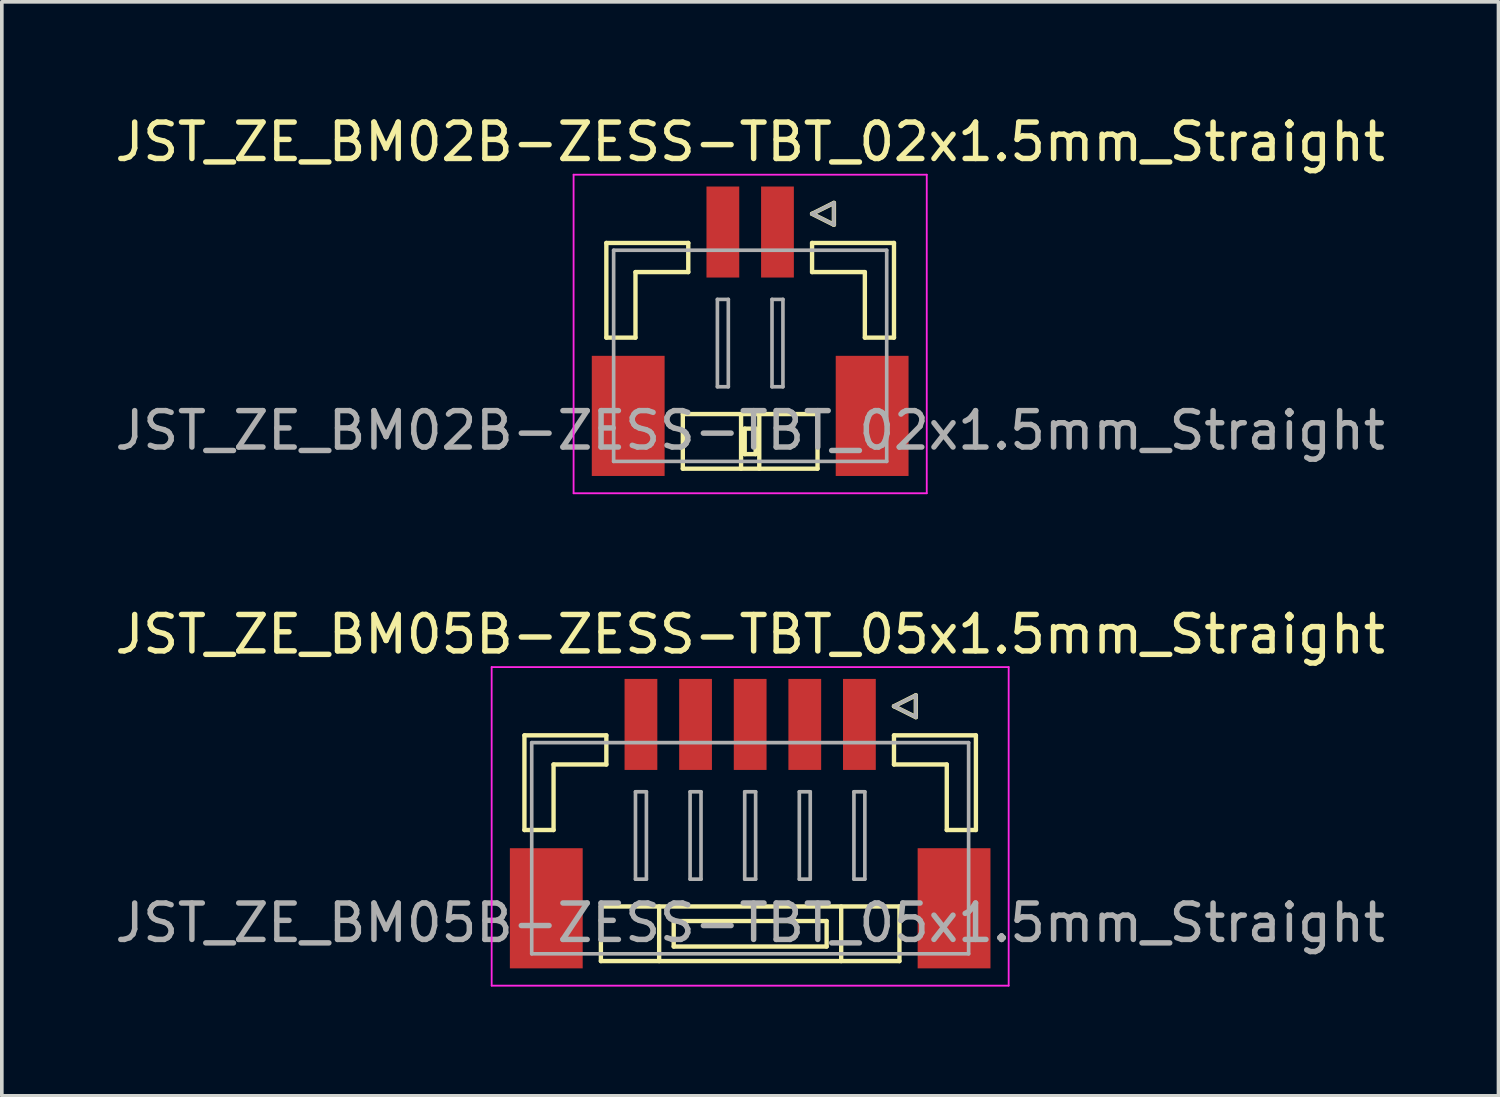
<source format=kicad_pcb>
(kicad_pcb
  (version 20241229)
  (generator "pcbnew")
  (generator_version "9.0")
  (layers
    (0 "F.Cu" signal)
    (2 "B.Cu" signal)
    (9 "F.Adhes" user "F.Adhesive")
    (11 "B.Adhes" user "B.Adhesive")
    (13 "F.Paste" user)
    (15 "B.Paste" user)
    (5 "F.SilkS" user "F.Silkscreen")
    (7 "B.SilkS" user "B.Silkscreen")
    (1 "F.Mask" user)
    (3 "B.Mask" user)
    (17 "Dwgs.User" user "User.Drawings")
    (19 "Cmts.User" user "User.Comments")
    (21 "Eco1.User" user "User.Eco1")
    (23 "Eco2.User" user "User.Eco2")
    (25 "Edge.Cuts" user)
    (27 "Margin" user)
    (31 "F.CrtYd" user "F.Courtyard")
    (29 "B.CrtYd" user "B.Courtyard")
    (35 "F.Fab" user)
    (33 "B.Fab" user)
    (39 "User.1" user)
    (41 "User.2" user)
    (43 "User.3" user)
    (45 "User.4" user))
  (footprint "JST_ZE_BM02B-ZESS-TBT_02x1.5mm_Straight"
    (layer "F.Cu")
    (at 17.554 5.848)
    (property "Reference" "JST_ZE_BM02B-ZESS-TBT_02x1.5mm_Straight" (at 0 -5 0) (layer "F.SilkS") (effects (font (size 1 1) (thickness 0.15))))
    (attr smd)
    (fp_line (start -3.95 -2.225) (end -3.95 0.375) (stroke (width 0.12) (type solid)) (layer "F.SilkS"))
    (fp_line (start -3.95 0.375) (end -3.15 0.375) (stroke (width 0.12) (type solid)) (layer "F.SilkS"))
    (fp_line (start -3.15 -1.425) (end -1.7 -1.425) (stroke (width 0.12) (type solid)) (layer "F.SilkS"))
    (fp_line (start -3.15 0.375) (end -3.15 -1.425) (stroke (width 0.12) (type solid)) (layer "F.SilkS"))
    (fp_line (start -1.85 2.475) (end -1.85 3.975) (stroke (width 0.12) (type solid)) (layer "F.SilkS"))
    (fp_line (start -1.85 3.975) (end 1.85 3.975) (stroke (width 0.12) (type solid)) (layer "F.SilkS"))
    (fp_line (start -1.7 -2.225) (end -3.95 -2.225) (stroke (width 0.12) (type solid)) (layer "F.SilkS"))
    (fp_line (start -1.7 -1.425) (end -1.7 -2.225) (stroke (width 0.12) (type solid)) (layer "F.SilkS"))
    (fp_line (start -0.25 2.475) (end -0.25 3.975) (stroke (width 0.12) (type solid)) (layer "F.SilkS"))
    (fp_line (start -0.15 2.875) (end 0.15 2.875) (stroke (width 0.12) (type solid)) (layer "F.SilkS"))
    (fp_line (start -0.15 3.575) (end -0.15 2.875) (stroke (width 0.12) (type solid)) (layer "F.SilkS"))
    (fp_line (start 0.15 2.875) (end 0.15 3.575) (stroke (width 0.12) (type solid)) (layer "F.SilkS"))
    (fp_line (start 0.15 3.575) (end -0.15 3.575) (stroke (width 0.12) (type solid)) (layer "F.SilkS"))
    (fp_line (start 0.25 2.475) (end 0.25 3.975) (stroke (width 0.12) (type solid)) (layer "F.SilkS"))
    (fp_line (start 1.7 -3.025) (end 2.3 -3.325) (stroke (width 0.12) (type solid)) (layer "F.SilkS"))
    (fp_line (start 1.7 -2.225) (end 3.95 -2.225) (stroke (width 0.12) (type solid)) (layer "F.SilkS"))
    (fp_line (start 1.7 -1.425) (end 1.7 -2.225) (stroke (width 0.12) (type solid)) (layer "F.SilkS"))
    (fp_line (start 1.85 2.475) (end -1.85 2.475) (stroke (width 0.12) (type solid)) (layer "F.SilkS"))
    (fp_line (start 1.85 3.975) (end 1.85 2.475) (stroke (width 0.12) (type solid)) (layer "F.SilkS"))
    (fp_line (start 2.3 -3.325) (end 2.3 -2.725) (stroke (width 0.12) (type solid)) (layer "F.SilkS"))
    (fp_line (start 2.3 -2.725) (end 1.7 -3.025) (stroke (width 0.12) (type solid)) (layer "F.SilkS"))
    (fp_line (start 3.15 -1.425) (end 1.7 -1.425) (stroke (width 0.12) (type solid)) (layer "F.SilkS"))
    (fp_line (start 3.15 0.375) (end 3.15 -1.425) (stroke (width 0.12) (type solid)) (layer "F.SilkS"))
    (fp_line (start 3.95 -2.225) (end 3.95 0.375) (stroke (width 0.12) (type solid)) (layer "F.SilkS"))
    (fp_line (start 3.95 0.375) (end 3.15 0.375) (stroke (width 0.12) (type solid)) (layer "F.SilkS"))
    (fp_line (start -4.85 -4.1) (end -4.85 4.65) (stroke (width 0.05) (type solid)) (layer "F.CrtYd"))
    (fp_line (start -4.85 4.65) (end 4.85 4.65) (stroke (width 0.05) (type solid)) (layer "F.CrtYd"))
    (fp_line (start 4.85 -4.1) (end -4.85 -4.1) (stroke (width 0.05) (type solid)) (layer "F.CrtYd"))
    (fp_line (start 4.85 4.65) (end 4.85 -4.1) (stroke (width 0.05) (type solid)) (layer "F.CrtYd"))
    (fp_line (start -3.75 -2.025) (end -3.75 3.775) (stroke (width 0.1) (type solid)) (layer "F.Fab"))
    (fp_line (start -3.75 3.775) (end 3.75 3.775) (stroke (width 0.1) (type solid)) (layer "F.Fab"))
    (fp_line (start -0.9 -0.675) (end -0.9 1.725) (stroke (width 0.1) (type solid)) (layer "F.Fab"))
    (fp_line (start -0.9 1.725) (end -0.6 1.725) (stroke (width 0.1) (type solid)) (layer "F.Fab"))
    (fp_line (start -0.6 -0.675) (end -0.9 -0.675) (stroke (width 0.1) (type solid)) (layer "F.Fab"))
    (fp_line (start -0.6 1.725) (end -0.6 -0.675) (stroke (width 0.1) (type solid)) (layer "F.Fab"))
    (fp_line (start 0.6 -0.675) (end 0.6 1.725) (stroke (width 0.1) (type solid)) (layer "F.Fab"))
    (fp_line (start 0.6 1.725) (end 0.9 1.725) (stroke (width 0.1) (type solid)) (layer "F.Fab"))
    (fp_line (start 0.9 -0.675) (end 0.6 -0.675) (stroke (width 0.1) (type solid)) (layer "F.Fab"))
    (fp_line (start 0.9 1.725) (end 0.9 -0.675) (stroke (width 0.1) (type solid)) (layer "F.Fab"))
    (fp_line (start 1.7 -3.025) (end 2.3 -3.325) (stroke (width 0.1) (type solid)) (layer "F.Fab"))
    (fp_line (start 2.3 -3.325) (end 2.3 -2.725) (stroke (width 0.1) (type solid)) (layer "F.Fab"))
    (fp_line (start 2.3 -2.725) (end 1.7 -3.025) (stroke (width 0.1) (type solid)) (layer "F.Fab"))
    (fp_line (start 3.75 -2.025) (end -3.75 -2.025) (stroke (width 0.1) (type solid)) (layer "F.Fab"))
    (fp_line (start 3.75 3.775) (end 3.75 -2.025) (stroke (width 0.1) (type solid)) (layer "F.Fab"))
    (fp_text user "${REFERENCE}" (at 0 2.925 0) (layer "F.Fab") (effects (font (size 1 1) (thickness 0.15))))
    (pad "" smd rect (at -3.35 2.525) (size 2 3.3) (layers "F.Cu" "F.Mask" "F.Paste"))
    (pad "" smd rect (at 3.35 2.525) (size 2 3.3) (layers "F.Cu" "F.Mask" "F.Paste"))
    (pad "1" smd rect (at 0.75 -2.525) (size 0.9 2.5) (layers "F.Cu" "F.Mask" "F.Paste"))
    (pad "2" smd rect (at -0.75 -2.525) (size 0.9 2.5) (layers "F.Cu" "F.Mask" "F.Paste")))
  (footprint "JST_ZE_BM05B-ZESS-TBT_05x1.5mm_Straight"
    (layer "F.Cu")
    (at 17.554 19.372)
    (property "Reference" "JST_ZE_BM05B-ZESS-TBT_05x1.5mm_Straight" (at 0 -5 0) (layer "F.SilkS") (effects (font (size 1 1) (thickness 0.15))))
    (attr smd)
    (fp_line (start -6.2 -2.225) (end -6.2 0.375) (stroke (width 0.12) (type solid)) (layer "F.SilkS"))
    (fp_line (start -6.2 0.375) (end -5.4 0.375) (stroke (width 0.12) (type solid)) (layer "F.SilkS"))
    (fp_line (start -5.4 -1.425) (end -3.95 -1.425) (stroke (width 0.12) (type solid)) (layer "F.SilkS"))
    (fp_line (start -5.4 0.375) (end -5.4 -1.425) (stroke (width 0.12) (type solid)) (layer "F.SilkS"))
    (fp_line (start -4.1 2.475) (end -4.1 3.975) (stroke (width 0.12) (type solid)) (layer "F.SilkS"))
    (fp_line (start -4.1 3.975) (end 4.1 3.975) (stroke (width 0.12) (type solid)) (layer "F.SilkS"))
    (fp_line (start -3.95 -2.225) (end -6.2 -2.225) (stroke (width 0.12) (type solid)) (layer "F.SilkS"))
    (fp_line (start -3.95 -1.425) (end -3.95 -2.225) (stroke (width 0.12) (type solid)) (layer "F.SilkS"))
    (fp_line (start -2.5 2.475) (end -2.5 3.975) (stroke (width 0.12) (type solid)) (layer "F.SilkS"))
    (fp_line (start -2.1 2.875) (end -2.1 3.575) (stroke (width 0.12) (type solid)) (layer "F.SilkS"))
    (fp_line (start -2.1 3.575) (end 2.1 3.575) (stroke (width 0.12) (type solid)) (layer "F.SilkS"))
    (fp_line (start 2.1 2.875) (end -2.1 2.875) (stroke (width 0.12) (type solid)) (layer "F.SilkS"))
    (fp_line (start 2.1 3.575) (end 2.1 2.875) (stroke (width 0.12) (type solid)) (layer "F.SilkS"))
    (fp_line (start 2.5 2.475) (end 2.5 3.975) (stroke (width 0.12) (type solid)) (layer "F.SilkS"))
    (fp_line (start 3.95 -3.025) (end 4.55 -3.325) (stroke (width 0.12) (type solid)) (layer "F.SilkS"))
    (fp_line (start 3.95 -2.225) (end 6.2 -2.225) (stroke (width 0.12) (type solid)) (layer "F.SilkS"))
    (fp_line (start 3.95 -1.425) (end 3.95 -2.225) (stroke (width 0.12) (type solid)) (layer "F.SilkS"))
    (fp_line (start 4.1 2.475) (end -4.1 2.475) (stroke (width 0.12) (type solid)) (layer "F.SilkS"))
    (fp_line (start 4.1 3.975) (end 4.1 2.475) (stroke (width 0.12) (type solid)) (layer "F.SilkS"))
    (fp_line (start 4.55 -3.325) (end 4.55 -2.725) (stroke (width 0.12) (type solid)) (layer "F.SilkS"))
    (fp_line (start 4.55 -2.725) (end 3.95 -3.025) (stroke (width 0.12) (type solid)) (layer "F.SilkS"))
    (fp_line (start 5.4 -1.425) (end 3.95 -1.425) (stroke (width 0.12) (type solid)) (layer "F.SilkS"))
    (fp_line (start 5.4 0.375) (end 5.4 -1.425) (stroke (width 0.12) (type solid)) (layer "F.SilkS"))
    (fp_line (start 6.2 -2.225) (end 6.2 0.375) (stroke (width 0.12) (type solid)) (layer "F.SilkS"))
    (fp_line (start 6.2 0.375) (end 5.4 0.375) (stroke (width 0.12) (type solid)) (layer "F.SilkS"))
    (fp_line (start -7.1 -4.1) (end -7.1 4.65) (stroke (width 0.05) (type solid)) (layer "F.CrtYd"))
    (fp_line (start -7.1 4.65) (end 7.1 4.65) (stroke (width 0.05) (type solid)) (layer "F.CrtYd"))
    (fp_line (start 7.1 -4.1) (end -7.1 -4.1) (stroke (width 0.05) (type solid)) (layer "F.CrtYd"))
    (fp_line (start 7.1 4.65) (end 7.1 -4.1) (stroke (width 0.05) (type solid)) (layer "F.CrtYd"))
    (fp_line (start -6 -2.025) (end -6 3.775) (stroke (width 0.1) (type solid)) (layer "F.Fab"))
    (fp_line (start -6 3.775) (end 6 3.775) (stroke (width 0.1) (type solid)) (layer "F.Fab"))
    (fp_line (start -3.15 -0.675) (end -3.15 1.725) (stroke (width 0.1) (type solid)) (layer "F.Fab"))
    (fp_line (start -3.15 1.725) (end -2.85 1.725) (stroke (width 0.1) (type solid)) (layer "F.Fab"))
    (fp_line (start -2.85 -0.675) (end -3.15 -0.675) (stroke (width 0.1) (type solid)) (layer "F.Fab"))
    (fp_line (start -2.85 1.725) (end -2.85 -0.675) (stroke (width 0.1) (type solid)) (layer "F.Fab"))
    (fp_line (start -1.65 -0.675) (end -1.65 1.725) (stroke (width 0.1) (type solid)) (layer "F.Fab"))
    (fp_line (start -1.65 1.725) (end -1.35 1.725) (stroke (width 0.1) (type solid)) (layer "F.Fab"))
    (fp_line (start -1.35 -0.675) (end -1.65 -0.675) (stroke (width 0.1) (type solid)) (layer "F.Fab"))
    (fp_line (start -1.35 1.725) (end -1.35 -0.675) (stroke (width 0.1) (type solid)) (layer "F.Fab"))
    (fp_line (start -0.15 -0.675) (end -0.15 1.725) (stroke (width 0.1) (type solid)) (layer "F.Fab"))
    (fp_line (start -0.15 1.725) (end 0.15 1.725) (stroke (width 0.1) (type solid)) (layer "F.Fab"))
    (fp_line (start 0.15 -0.675) (end -0.15 -0.675) (stroke (width 0.1) (type solid)) (layer "F.Fab"))
    (fp_line (start 0.15 1.725) (end 0.15 -0.675) (stroke (width 0.1) (type solid)) (layer "F.Fab"))
    (fp_line (start 1.35 -0.675) (end 1.35 1.725) (stroke (width 0.1) (type solid)) (layer "F.Fab"))
    (fp_line (start 1.35 1.725) (end 1.65 1.725) (stroke (width 0.1) (type solid)) (layer "F.Fab"))
    (fp_line (start 1.65 -0.675) (end 1.35 -0.675) (stroke (width 0.1) (type solid)) (layer "F.Fab"))
    (fp_line (start 1.65 1.725) (end 1.65 -0.675) (stroke (width 0.1) (type solid)) (layer "F.Fab"))
    (fp_line (start 2.85 -0.675) (end 2.85 1.725) (stroke (width 0.1) (type solid)) (layer "F.Fab"))
    (fp_line (start 2.85 1.725) (end 3.15 1.725) (stroke (width 0.1) (type solid)) (layer "F.Fab"))
    (fp_line (start 3.15 -0.675) (end 2.85 -0.675) (stroke (width 0.1) (type solid)) (layer "F.Fab"))
    (fp_line (start 3.15 1.725) (end 3.15 -0.675) (stroke (width 0.1) (type solid)) (layer "F.Fab"))
    (fp_line (start 3.95 -3.025) (end 4.55 -3.325) (stroke (width 0.1) (type solid)) (layer "F.Fab"))
    (fp_line (start 4.55 -3.325) (end 4.55 -2.725) (stroke (width 0.1) (type solid)) (layer "F.Fab"))
    (fp_line (start 4.55 -2.725) (end 3.95 -3.025) (stroke (width 0.1) (type solid)) (layer "F.Fab"))
    (fp_line (start 6 -2.025) (end -6 -2.025) (stroke (width 0.1) (type solid)) (layer "F.Fab"))
    (fp_line (start 6 3.775) (end 6 -2.025) (stroke (width 0.1) (type solid)) (layer "F.Fab"))
    (fp_text user "${REFERENCE}" (at 0 2.925 0) (layer "F.Fab") (effects (font (size 1 1) (thickness 0.15))))
    (pad "" smd rect (at -5.6 2.525) (size 2 3.3) (layers "F.Cu" "F.Mask" "F.Paste"))
    (pad "" smd rect (at 5.6 2.525) (size 2 3.3) (layers "F.Cu" "F.Mask" "F.Paste"))
    (pad "1" smd rect (at 3 -2.525) (size 0.9 2.5) (layers "F.Cu" "F.Mask" "F.Paste"))
    (pad "2" smd rect (at 1.5 -2.525) (size 0.9 2.5) (layers "F.Cu" "F.Mask" "F.Paste"))
    (pad "3" smd rect (at 0 -2.525) (size 0.9 2.5) (layers "F.Cu" "F.Mask" "F.Paste"))
    (pad "4" smd rect (at -1.5 -2.525) (size 0.9 2.5) (layers "F.Cu" "F.Mask" "F.Paste"))
    (pad "5" smd rect (at -3 -2.525) (size 0.9 2.5) (layers "F.Cu" "F.Mask" "F.Paste")))
  (gr_rect
    (start -3 -3)
    (end 38.107 27.047)
    (stroke (width 0.1) (type default))
    (fill no)
    (layer "Edge.Cuts")))
</source>
